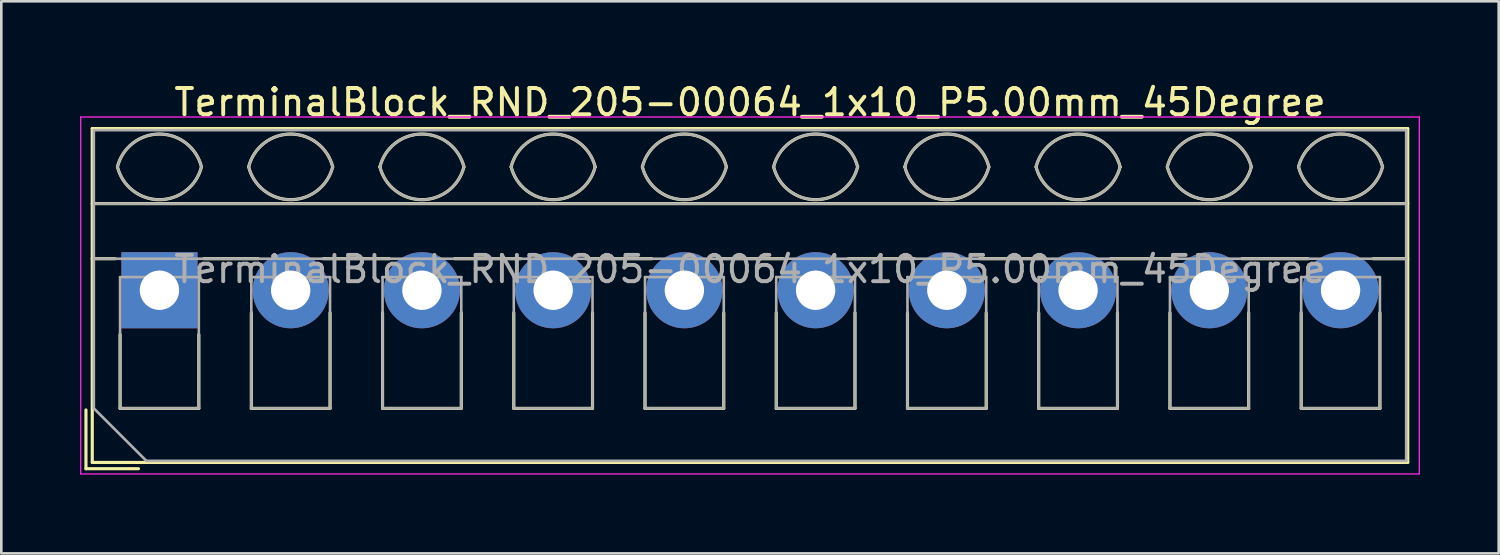
<source format=kicad_pcb>
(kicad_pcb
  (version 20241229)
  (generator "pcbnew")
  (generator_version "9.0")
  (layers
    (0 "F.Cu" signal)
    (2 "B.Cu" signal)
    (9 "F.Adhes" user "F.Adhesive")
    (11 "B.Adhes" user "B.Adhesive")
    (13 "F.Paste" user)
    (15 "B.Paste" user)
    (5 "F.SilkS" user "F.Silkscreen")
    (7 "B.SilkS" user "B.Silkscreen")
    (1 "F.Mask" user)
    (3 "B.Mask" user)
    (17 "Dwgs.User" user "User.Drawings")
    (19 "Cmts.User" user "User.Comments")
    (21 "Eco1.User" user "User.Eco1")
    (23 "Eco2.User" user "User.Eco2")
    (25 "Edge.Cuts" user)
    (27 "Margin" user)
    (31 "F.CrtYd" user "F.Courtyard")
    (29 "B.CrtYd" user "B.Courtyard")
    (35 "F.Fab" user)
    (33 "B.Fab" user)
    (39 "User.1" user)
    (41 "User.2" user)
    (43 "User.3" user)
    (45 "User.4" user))
  (footprint "TerminalBlock_RND_205-00064_1x10_P5.00mm_45Degree"
    (layer "F.Cu")
    (at 3.025 8.008)
    (property "Reference" "TerminalBlock_RND_205-00064_1x10_P5.00mm_45Degree" (at 22.5 -7.16 0) (layer "F.SilkS") (effects (font (size 1 1) (thickness 0.15))))
    (attr through_hole)
    (fp_line (start -2.8 4.56) (end -2.8 6.8) (stroke (width 0.12) (type solid)) (layer "F.SilkS"))
    (fp_line (start -2.8 6.8) (end -0.8 6.8) (stroke (width 0.12) (type solid)) (layer "F.SilkS"))
    (fp_line (start -2.56 -6.16) (end -2.56 6.56) (stroke (width 0.12) (type solid)) (layer "F.SilkS"))
    (fp_line (start -2.56 -6.16) (end 47.56 -6.16) (stroke (width 0.12) (type solid)) (layer "F.SilkS"))
    (fp_line (start -2.56 -3.301) (end 47.56 -3.301) (stroke (width 0.12) (type solid)) (layer "F.SilkS"))
    (fp_line (start -2.56 -1.201) (end -1.69 -1.201) (stroke (width 0.12) (type solid)) (layer "F.SilkS"))
    (fp_line (start -2.56 6.56) (end 47.56 6.56) (stroke (width 0.12) (type solid)) (layer "F.SilkS"))
    (fp_line (start -1.5 1.69) (end -1.5 4.5) (stroke (width 0.12) (type solid)) (layer "F.SilkS"))
    (fp_line (start -1.5 4.5) (end 1.5 4.5) (stroke (width 0.12) (type solid)) (layer "F.SilkS"))
    (fp_line (start 1.5 1.69) (end 1.5 4.5) (stroke (width 0.12) (type solid)) (layer "F.SilkS"))
    (fp_line (start 1.69 -1.201) (end 3.758 -1.201) (stroke (width 0.12) (type solid)) (layer "F.SilkS"))
    (fp_line (start 3.5 0.86) (end 3.5 4.5) (stroke (width 0.12) (type solid)) (layer "F.SilkS"))
    (fp_line (start 3.5 4.5) (end 6.5 4.5) (stroke (width 0.12) (type solid)) (layer "F.SilkS"))
    (fp_line (start 6.243 -1.201) (end 8.758 -1.201) (stroke (width 0.12) (type solid)) (layer "F.SilkS"))
    (fp_line (start 6.5 0.86) (end 6.5 4.5) (stroke (width 0.12) (type solid)) (layer "F.SilkS"))
    (fp_line (start 8.5 0.86) (end 8.5 4.5) (stroke (width 0.12) (type solid)) (layer "F.SilkS"))
    (fp_line (start 8.5 4.5) (end 11.5 4.5) (stroke (width 0.12) (type solid)) (layer "F.SilkS"))
    (fp_line (start 11.243 -1.201) (end 13.758 -1.201) (stroke (width 0.12) (type solid)) (layer "F.SilkS"))
    (fp_line (start 11.5 0.86) (end 11.5 4.5) (stroke (width 0.12) (type solid)) (layer "F.SilkS"))
    (fp_line (start 13.5 0.86) (end 13.5 4.5) (stroke (width 0.12) (type solid)) (layer "F.SilkS"))
    (fp_line (start 13.5 4.5) (end 16.5 4.5) (stroke (width 0.12) (type solid)) (layer "F.SilkS"))
    (fp_line (start 16.243 -1.201) (end 18.758 -1.201) (stroke (width 0.12) (type solid)) (layer "F.SilkS"))
    (fp_line (start 16.5 0.86) (end 16.5 4.5) (stroke (width 0.12) (type solid)) (layer "F.SilkS"))
    (fp_line (start 18.5 0.86) (end 18.5 4.5) (stroke (width 0.12) (type solid)) (layer "F.SilkS"))
    (fp_line (start 18.5 4.5) (end 21.5 4.5) (stroke (width 0.12) (type solid)) (layer "F.SilkS"))
    (fp_line (start 21.243 -1.201) (end 23.758 -1.201) (stroke (width 0.12) (type solid)) (layer "F.SilkS"))
    (fp_line (start 21.5 0.86) (end 21.5 4.5) (stroke (width 0.12) (type solid)) (layer "F.SilkS"))
    (fp_line (start 23.5 0.86) (end 23.5 4.5) (stroke (width 0.12) (type solid)) (layer "F.SilkS"))
    (fp_line (start 23.5 4.5) (end 26.5 4.5) (stroke (width 0.12) (type solid)) (layer "F.SilkS"))
    (fp_line (start 26.243 -1.201) (end 28.758 -1.201) (stroke (width 0.12) (type solid)) (layer "F.SilkS"))
    (fp_line (start 26.5 0.86) (end 26.5 4.5) (stroke (width 0.12) (type solid)) (layer "F.SilkS"))
    (fp_line (start 28.5 0.86) (end 28.5 4.5) (stroke (width 0.12) (type solid)) (layer "F.SilkS"))
    (fp_line (start 28.5 4.5) (end 31.5 4.5) (stroke (width 0.12) (type solid)) (layer "F.SilkS"))
    (fp_line (start 31.243 -1.201) (end 33.758 -1.201) (stroke (width 0.12) (type solid)) (layer "F.SilkS"))
    (fp_line (start 31.5 0.86) (end 31.5 4.5) (stroke (width 0.12) (type solid)) (layer "F.SilkS"))
    (fp_line (start 33.5 0.86) (end 33.5 4.5) (stroke (width 0.12) (type solid)) (layer "F.SilkS"))
    (fp_line (start 33.5 4.5) (end 36.5 4.5) (stroke (width 0.12) (type solid)) (layer "F.SilkS"))
    (fp_line (start 36.243 -1.201) (end 38.758 -1.201) (stroke (width 0.12) (type solid)) (layer "F.SilkS"))
    (fp_line (start 36.5 0.86) (end 36.5 4.5) (stroke (width 0.12) (type solid)) (layer "F.SilkS"))
    (fp_line (start 38.5 0.86) (end 38.5 4.5) (stroke (width 0.12) (type solid)) (layer "F.SilkS"))
    (fp_line (start 38.5 4.5) (end 41.5 4.5) (stroke (width 0.12) (type solid)) (layer "F.SilkS"))
    (fp_line (start 41.243 -1.201) (end 43.758 -1.201) (stroke (width 0.12) (type solid)) (layer "F.SilkS"))
    (fp_line (start 41.5 0.86) (end 41.5 4.5) (stroke (width 0.12) (type solid)) (layer "F.SilkS"))
    (fp_line (start 43.5 0.86) (end 43.5 4.5) (stroke (width 0.12) (type solid)) (layer "F.SilkS"))
    (fp_line (start 43.5 4.5) (end 46.5 4.5) (stroke (width 0.12) (type solid)) (layer "F.SilkS"))
    (fp_line (start 46.243 -1.201) (end 47.56 -1.201) (stroke (width 0.12) (type solid)) (layer "F.SilkS"))
    (fp_line (start 46.5 0.86) (end 46.5 4.5) (stroke (width 0.12) (type solid)) (layer "F.SilkS"))
    (fp_line (start 47.56 -6.16) (end 47.56 6.56) (stroke (width 0.12) (type solid)) (layer "F.SilkS"))
    (fp_arc (start -1.600914 -4.700344) (mid 0.000177 -5.95097) (end 1.601 -4.7) (stroke (width 0.12) (type solid)) (layer "F.SilkS"))
    (fp_arc (start 1.6 -4.7) (mid -0.000064 -3.45) (end -1.600031 -4.700125) (stroke (width 0.12) (type solid)) (layer "F.SilkS"))
    (fp_arc (start 3.399086 -4.700344) (mid 5.000177 -5.95097) (end 6.601 -4.7) (stroke (width 0.12) (type solid)) (layer "F.SilkS"))
    (fp_arc (start 6.6 -4.7) (mid 4.999936 -3.45) (end 3.399969 -4.700125) (stroke (width 0.12) (type solid)) (layer "F.SilkS"))
    (fp_arc (start 8.399086 -4.700344) (mid 10.000177 -5.95097) (end 11.601 -4.7) (stroke (width 0.12) (type solid)) (layer "F.SilkS"))
    (fp_arc (start 11.6 -4.7) (mid 9.999936 -3.45) (end 8.399969 -4.700125) (stroke (width 0.12) (type solid)) (layer "F.SilkS"))
    (fp_arc (start 13.399086 -4.700344) (mid 15.000177 -5.95097) (end 16.601 -4.7) (stroke (width 0.12) (type solid)) (layer "F.SilkS"))
    (fp_arc (start 16.6 -4.7) (mid 14.999936 -3.45) (end 13.399969 -4.700125) (stroke (width 0.12) (type solid)) (layer "F.SilkS"))
    (fp_arc (start 18.399086 -4.700344) (mid 20.000177 -5.95097) (end 21.601 -4.7) (stroke (width 0.12) (type solid)) (layer "F.SilkS"))
    (fp_arc (start 21.6 -4.7) (mid 19.999936 -3.45) (end 18.399969 -4.700125) (stroke (width 0.12) (type solid)) (layer "F.SilkS"))
    (fp_arc (start 23.399086 -4.700344) (mid 25.000177 -5.95097) (end 26.601 -4.7) (stroke (width 0.12) (type solid)) (layer "F.SilkS"))
    (fp_arc (start 26.6 -4.7) (mid 24.999936 -3.45) (end 23.399969 -4.700125) (stroke (width 0.12) (type solid)) (layer "F.SilkS"))
    (fp_arc (start 28.399086 -4.700344) (mid 30.000177 -5.95097) (end 31.601 -4.7) (stroke (width 0.12) (type solid)) (layer "F.SilkS"))
    (fp_arc (start 31.6 -4.7) (mid 29.999936 -3.45) (end 28.399969 -4.700125) (stroke (width 0.12) (type solid)) (layer "F.SilkS"))
    (fp_arc (start 33.399086 -4.700344) (mid 35.000177 -5.95097) (end 36.601 -4.7) (stroke (width 0.12) (type solid)) (layer "F.SilkS"))
    (fp_arc (start 36.6 -4.7) (mid 34.999936 -3.45) (end 33.399969 -4.700125) (stroke (width 0.12) (type solid)) (layer "F.SilkS"))
    (fp_arc (start 38.399086 -4.700344) (mid 40.000177 -5.95097) (end 41.601 -4.7) (stroke (width 0.12) (type solid)) (layer "F.SilkS"))
    (fp_arc (start 41.6 -4.7) (mid 39.999936 -3.45) (end 38.399969 -4.700125) (stroke (width 0.12) (type solid)) (layer "F.SilkS"))
    (fp_arc (start 43.399086 -4.700344) (mid 45.000177 -5.95097) (end 46.601 -4.7) (stroke (width 0.12) (type solid)) (layer "F.SilkS"))
    (fp_arc (start 46.6 -4.7) (mid 44.999936 -3.45) (end 43.399969 -4.700125) (stroke (width 0.12) (type solid)) (layer "F.SilkS"))
    (fp_line (start -3 -6.6) (end -3 7) (stroke (width 0.05) (type solid)) (layer "F.CrtYd"))
    (fp_line (start -3 7) (end 48 7) (stroke (width 0.05) (type solid)) (layer "F.CrtYd"))
    (fp_line (start 48 -6.6) (end -3 -6.6) (stroke (width 0.05) (type solid)) (layer "F.CrtYd"))
    (fp_line (start 48 7) (end 48 -6.6) (stroke (width 0.05) (type solid)) (layer "F.CrtYd"))
    (fp_line (start -2.5 -6.1) (end 47.5 -6.1) (stroke (width 0.1) (type solid)) (layer "F.Fab"))
    (fp_line (start -2.5 -3.3) (end 47.5 -3.3) (stroke (width 0.1) (type solid)) (layer "F.Fab"))
    (fp_line (start -2.5 -1.2) (end 47.5 -1.2) (stroke (width 0.1) (type solid)) (layer "F.Fab"))
    (fp_line (start -2.5 4.5) (end -2.5 -6.1) (stroke (width 0.1) (type solid)) (layer "F.Fab"))
    (fp_line (start -1.5 -0.5) (end -1.5 4.5) (stroke (width 0.1) (type solid)) (layer "F.Fab"))
    (fp_line (start -1.5 4.5) (end 1.5 4.5) (stroke (width 0.1) (type solid)) (layer "F.Fab"))
    (fp_line (start -0.5 6.5) (end -2.5 4.5) (stroke (width 0.1) (type solid)) (layer "F.Fab"))
    (fp_line (start 1.5 -0.5) (end -1.5 -0.5) (stroke (width 0.1) (type solid)) (layer "F.Fab"))
    (fp_line (start 1.5 4.5) (end 1.5 -0.5) (stroke (width 0.1) (type solid)) (layer "F.Fab"))
    (fp_line (start 3.5 -0.5) (end 3.5 4.5) (stroke (width 0.1) (type solid)) (layer "F.Fab"))
    (fp_line (start 3.5 4.5) (end 6.5 4.5) (stroke (width 0.1) (type solid)) (layer "F.Fab"))
    (fp_line (start 6.5 -0.5) (end 3.5 -0.5) (stroke (width 0.1) (type solid)) (layer "F.Fab"))
    (fp_line (start 6.5 4.5) (end 6.5 -0.5) (stroke (width 0.1) (type solid)) (layer "F.Fab"))
    (fp_line (start 8.5 -0.5) (end 8.5 4.5) (stroke (width 0.1) (type solid)) (layer "F.Fab"))
    (fp_line (start 8.5 4.5) (end 11.5 4.5) (stroke (width 0.1) (type solid)) (layer "F.Fab"))
    (fp_line (start 11.5 -0.5) (end 8.5 -0.5) (stroke (width 0.1) (type solid)) (layer "F.Fab"))
    (fp_line (start 11.5 4.5) (end 11.5 -0.5) (stroke (width 0.1) (type solid)) (layer "F.Fab"))
    (fp_line (start 13.5 -0.5) (end 13.5 4.5) (stroke (width 0.1) (type solid)) (layer "F.Fab"))
    (fp_line (start 13.5 4.5) (end 16.5 4.5) (stroke (width 0.1) (type solid)) (layer "F.Fab"))
    (fp_line (start 16.5 -0.5) (end 13.5 -0.5) (stroke (width 0.1) (type solid)) (layer "F.Fab"))
    (fp_line (start 16.5 4.5) (end 16.5 -0.5) (stroke (width 0.1) (type solid)) (layer "F.Fab"))
    (fp_line (start 18.5 -0.5) (end 18.5 4.5) (stroke (width 0.1) (type solid)) (layer "F.Fab"))
    (fp_line (start 18.5 4.5) (end 21.5 4.5) (stroke (width 0.1) (type solid)) (layer "F.Fab"))
    (fp_line (start 21.5 -0.5) (end 18.5 -0.5) (stroke (width 0.1) (type solid)) (layer "F.Fab"))
    (fp_line (start 21.5 4.5) (end 21.5 -0.5) (stroke (width 0.1) (type solid)) (layer "F.Fab"))
    (fp_line (start 23.5 -0.5) (end 23.5 4.5) (stroke (width 0.1) (type solid)) (layer "F.Fab"))
    (fp_line (start 23.5 4.5) (end 26.5 4.5) (stroke (width 0.1) (type solid)) (layer "F.Fab"))
    (fp_line (start 26.5 -0.5) (end 23.5 -0.5) (stroke (width 0.1) (type solid)) (layer "F.Fab"))
    (fp_line (start 26.5 4.5) (end 26.5 -0.5) (stroke (width 0.1) (type solid)) (layer "F.Fab"))
    (fp_line (start 28.5 -0.5) (end 28.5 4.5) (stroke (width 0.1) (type solid)) (layer "F.Fab"))
    (fp_line (start 28.5 4.5) (end 31.5 4.5) (stroke (width 0.1) (type solid)) (layer "F.Fab"))
    (fp_line (start 31.5 -0.5) (end 28.5 -0.5) (stroke (width 0.1) (type solid)) (layer "F.Fab"))
    (fp_line (start 31.5 4.5) (end 31.5 -0.5) (stroke (width 0.1) (type solid)) (layer "F.Fab"))
    (fp_line (start 33.5 -0.5) (end 33.5 4.5) (stroke (width 0.1) (type solid)) (layer "F.Fab"))
    (fp_line (start 33.5 4.5) (end 36.5 4.5) (stroke (width 0.1) (type solid)) (layer "F.Fab"))
    (fp_line (start 36.5 -0.5) (end 33.5 -0.5) (stroke (width 0.1) (type solid)) (layer "F.Fab"))
    (fp_line (start 36.5 4.5) (end 36.5 -0.5) (stroke (width 0.1) (type solid)) (layer "F.Fab"))
    (fp_line (start 38.5 -0.5) (end 38.5 4.5) (stroke (width 0.1) (type solid)) (layer "F.Fab"))
    (fp_line (start 38.5 4.5) (end 41.5 4.5) (stroke (width 0.1) (type solid)) (layer "F.Fab"))
    (fp_line (start 41.5 -0.5) (end 38.5 -0.5) (stroke (width 0.1) (type solid)) (layer "F.Fab"))
    (fp_line (start 41.5 4.5) (end 41.5 -0.5) (stroke (width 0.1) (type solid)) (layer "F.Fab"))
    (fp_line (start 43.5 -0.5) (end 43.5 4.5) (stroke (width 0.1) (type solid)) (layer "F.Fab"))
    (fp_line (start 43.5 4.5) (end 46.5 4.5) (stroke (width 0.1) (type solid)) (layer "F.Fab"))
    (fp_line (start 46.5 -0.5) (end 43.5 -0.5) (stroke (width 0.1) (type solid)) (layer "F.Fab"))
    (fp_line (start 46.5 4.5) (end 46.5 -0.5) (stroke (width 0.1) (type solid)) (layer "F.Fab"))
    (fp_line (start 47.5 -6.1) (end 47.5 6.5) (stroke (width 0.1) (type solid)) (layer "F.Fab"))
    (fp_line (start 47.5 6.5) (end -0.5 6.5) (stroke (width 0.1) (type solid)) (layer "F.Fab"))
    (fp_arc (start -1.600914 -4.700344) (mid 0.000177 -5.95097) (end 1.601 -4.7) (stroke (width 0.1) (type solid)) (layer "F.Fab"))
    (fp_arc (start 1.6 -4.7) (mid -0.000064 -3.45) (end -1.600031 -4.700125) (stroke (width 0.1) (type solid)) (layer "F.Fab"))
    (fp_arc (start 3.399086 -4.700344) (mid 5.000177 -5.95097) (end 6.601 -4.7) (stroke (width 0.1) (type solid)) (layer "F.Fab"))
    (fp_arc (start 6.6 -4.7) (mid 4.999936 -3.45) (end 3.399969 -4.700125) (stroke (width 0.1) (type solid)) (layer "F.Fab"))
    (fp_arc (start 8.399086 -4.700344) (mid 10.000177 -5.95097) (end 11.601 -4.7) (stroke (width 0.1) (type solid)) (layer "F.Fab"))
    (fp_arc (start 11.6 -4.7) (mid 9.999936 -3.45) (end 8.399969 -4.700125) (stroke (width 0.1) (type solid)) (layer "F.Fab"))
    (fp_arc (start 13.399086 -4.700344) (mid 15.000177 -5.95097) (end 16.601 -4.7) (stroke (width 0.1) (type solid)) (layer "F.Fab"))
    (fp_arc (start 16.6 -4.7) (mid 14.999936 -3.45) (end 13.399969 -4.700125) (stroke (width 0.1) (type solid)) (layer "F.Fab"))
    (fp_arc (start 18.399086 -4.700344) (mid 20.000177 -5.95097) (end 21.601 -4.7) (stroke (width 0.1) (type solid)) (layer "F.Fab"))
    (fp_arc (start 21.6 -4.7) (mid 19.999936 -3.45) (end 18.399969 -4.700125) (stroke (width 0.1) (type solid)) (layer "F.Fab"))
    (fp_arc (start 23.399086 -4.700344) (mid 25.000177 -5.95097) (end 26.601 -4.7) (stroke (width 0.1) (type solid)) (layer "F.Fab"))
    (fp_arc (start 26.6 -4.7) (mid 24.999936 -3.45) (end 23.399969 -4.700125) (stroke (width 0.1) (type solid)) (layer "F.Fab"))
    (fp_arc (start 28.399086 -4.700344) (mid 30.000177 -5.95097) (end 31.601 -4.7) (stroke (width 0.1) (type solid)) (layer "F.Fab"))
    (fp_arc (start 31.6 -4.7) (mid 29.999936 -3.45) (end 28.399969 -4.700125) (stroke (width 0.1) (type solid)) (layer "F.Fab"))
    (fp_arc (start 33.399086 -4.700344) (mid 35.000177 -5.95097) (end 36.601 -4.7) (stroke (width 0.1) (type solid)) (layer "F.Fab"))
    (fp_arc (start 36.6 -4.7) (mid 34.999936 -3.45) (end 33.399969 -4.700125) (stroke (width 0.1) (type solid)) (layer "F.Fab"))
    (fp_arc (start 38.399086 -4.700344) (mid 40.000177 -5.95097) (end 41.601 -4.7) (stroke (width 0.1) (type solid)) (layer "F.Fab"))
    (fp_arc (start 41.6 -4.7) (mid 39.999936 -3.45) (end 38.399969 -4.700125) (stroke (width 0.1) (type solid)) (layer "F.Fab"))
    (fp_arc (start 43.399086 -4.700344) (mid 45.000177 -5.95097) (end 46.601 -4.7) (stroke (width 0.1) (type solid)) (layer "F.Fab"))
    (fp_arc (start 46.6 -4.7) (mid 44.999936 -3.45) (end 43.399969 -4.700125) (stroke (width 0.1) (type solid)) (layer "F.Fab"))
    (fp_text user "${REFERENCE}" (at 22.5 -0.8 0) (layer "F.Fab") (effects (font (size 1 1) (thickness 0.15))))
    (pad "1" thru_hole rect (at 0 0) (size 2.9 2.9) (drill 1.5) (layers "*.Cu" "*.Mask"))
    (pad "2" thru_hole circle (at 5 0) (size 2.9 2.9) (drill 1.5) (layers "*.Cu" "*.Mask"))
    (pad "3" thru_hole circle (at 10 0) (size 2.9 2.9) (drill 1.5) (layers "*.Cu" "*.Mask"))
    (pad "4" thru_hole circle (at 15 0) (size 2.9 2.9) (drill 1.5) (layers "*.Cu" "*.Mask"))
    (pad "5" thru_hole circle (at 20 0) (size 2.9 2.9) (drill 1.5) (layers "*.Cu" "*.Mask"))
    (pad "6" thru_hole circle (at 25 0) (size 2.9 2.9) (drill 1.5) (layers "*.Cu" "*.Mask"))
    (pad "7" thru_hole circle (at 30 0) (size 2.9 2.9) (drill 1.5) (layers "*.Cu" "*.Mask"))
    (pad "8" thru_hole circle (at 35 0) (size 2.9 2.9) (drill 1.5) (layers "*.Cu" "*.Mask"))
    (pad "9" thru_hole circle (at 40 0) (size 2.9 2.9) (drill 1.5) (layers "*.Cu" "*.Mask"))
    (pad "10" thru_hole circle (at 45 0) (size 2.9 2.9) (drill 1.5) (layers "*.Cu" "*.Mask")))
  (gr_rect
    (start -3 -3)
    (end 54.05 18.033)
    (stroke (width 0.1) (type default))
    (fill no)
    (layer "Edge.Cuts")))
</source>
